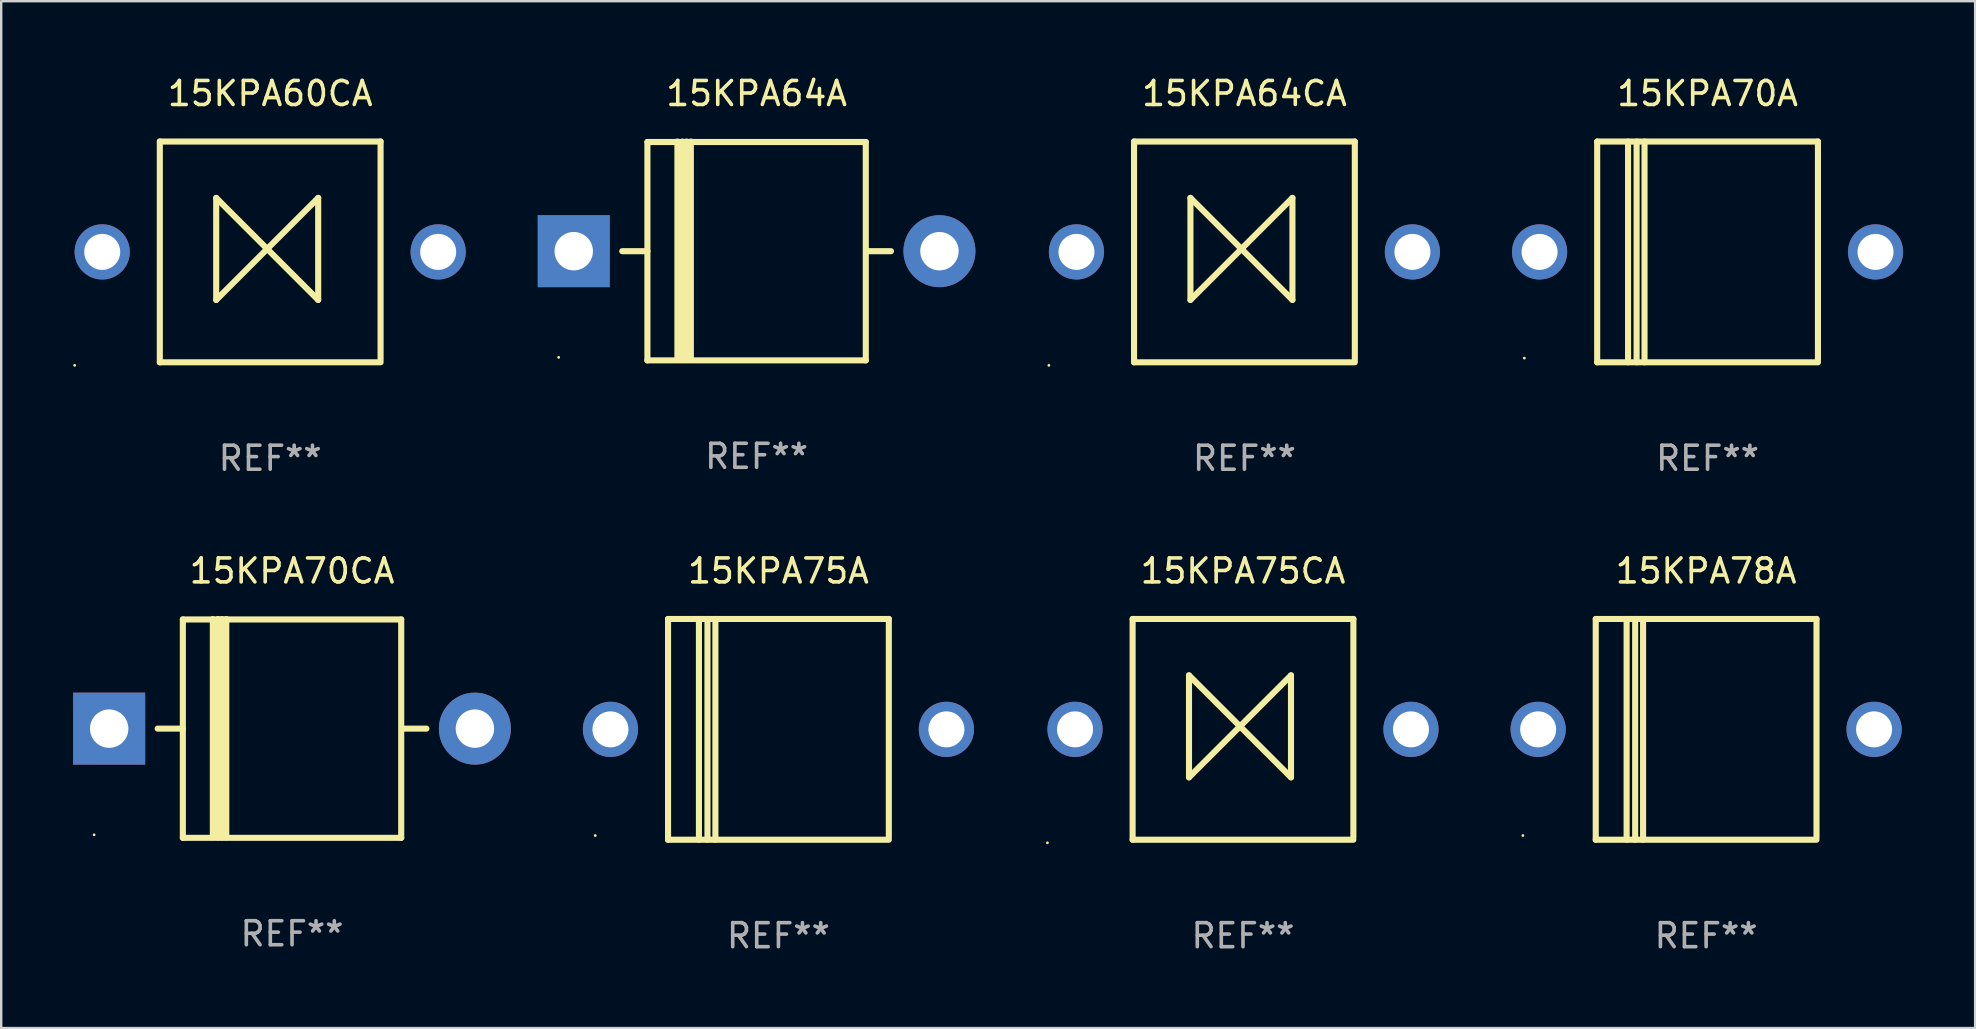
<source format=kicad_pcb>
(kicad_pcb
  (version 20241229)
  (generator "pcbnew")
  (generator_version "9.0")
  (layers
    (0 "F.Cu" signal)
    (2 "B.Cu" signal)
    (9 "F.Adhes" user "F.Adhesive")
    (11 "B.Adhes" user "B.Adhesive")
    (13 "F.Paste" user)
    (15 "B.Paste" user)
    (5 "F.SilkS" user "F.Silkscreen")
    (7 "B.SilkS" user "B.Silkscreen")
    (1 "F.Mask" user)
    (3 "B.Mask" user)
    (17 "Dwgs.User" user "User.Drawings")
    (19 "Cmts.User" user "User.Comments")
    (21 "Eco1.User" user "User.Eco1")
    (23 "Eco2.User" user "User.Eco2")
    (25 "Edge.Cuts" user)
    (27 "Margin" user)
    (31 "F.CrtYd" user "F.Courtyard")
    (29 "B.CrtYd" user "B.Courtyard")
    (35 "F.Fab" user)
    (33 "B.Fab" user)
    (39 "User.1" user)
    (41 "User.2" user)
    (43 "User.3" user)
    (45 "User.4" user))
  (footprint "15KPA60CA"
    (layer "F.Cu")
    (at 8.21 7.448)
    (property "Reference" "15KPA60CA" (at 0 -6.6 0) (layer "F.SilkS") (effects (font (size 1 1) (thickness 0.15))))
    (attr through_hole)
    (fp_line (start -4.6 -4.6) (end -4.6 4.6) (stroke (width 0.254) (type solid)) (layer "F.SilkS"))
    (fp_line (start -4.6 -4.6) (end 4.6 -4.6) (stroke (width 0.254) (type solid)) (layer "F.SilkS"))
    (fp_line (start -4.6 4.6) (end 4.6 4.6) (stroke (width 0.254) (type solid)) (layer "F.SilkS"))
    (fp_line (start -2.25 -2.25) (end -2.25 2) (stroke (width 0.254) (type solid)) (layer "F.SilkS"))
    (fp_line (start -2.25 2) (end 2 -2.25) (stroke (width 0.254) (type solid)) (layer "F.SilkS"))
    (fp_line (start 2 -2.25) (end 2 2) (stroke (width 0.254) (type solid)) (layer "F.SilkS"))
    (fp_line (start 2 2) (end -2.25 -2.25) (stroke (width 0.254) (type solid)) (layer "F.SilkS"))
    (fp_line (start 4.6 -4.6) (end 4.6 4.5) (stroke (width 0.254) (type solid)) (layer "F.SilkS"))
    (fp_circle (center -8.15 4.727) (end -8.12 4.727) (stroke (width 0.06) (type solid)) (fill no) (layer "F.SilkS"))
    (fp_text user "REF**" (at 0 8.6 0) (layer "F.Fab") (effects (font (size 1 1) (thickness 0.15))))
    (pad "1" thru_hole circle (at -7 0) (size 2.3 2.3) (drill 1.5) (layers "*.Cu" "*.Mask"))
    (pad "2" thru_hole circle (at 7 0) (size 2.3 2.3) (drill 1.5) (layers "*.Cu" "*.Mask")))
  (footprint "15KPA78A"
    (layer "F.Cu")
    (at 68.05 27.345)
    (property "Reference" "15KPA78A" (at 0 -6.6 0) (layer "F.SilkS") (effects (font (size 1 1) (thickness 0.15))))
    (attr through_hole)
    (fp_line (start -4.6 -4.6) (end -4.6 4.6) (stroke (width 0.254) (type solid)) (layer "F.SilkS"))
    (fp_line (start -4.6 -4.6) (end 4.6 -4.6) (stroke (width 0.254) (type solid)) (layer "F.SilkS"))
    (fp_line (start -4.6 4.6) (end 4.6 4.6) (stroke (width 0.254) (type solid)) (layer "F.SilkS"))
    (fp_line (start -3.313 -4.6) (end -3.313 4.6) (stroke (width 0.254) (type solid)) (layer "F.SilkS"))
    (fp_line (start -2.957 -4.6) (end -2.957 4.6) (stroke (width 0.254) (type solid)) (layer "F.SilkS"))
    (fp_line (start -2.627 -4.6) (end -2.627 4.6) (stroke (width 0.254) (type solid)) (layer "F.SilkS"))
    (fp_line (start 4.6 -4.6) (end 4.6 4.5) (stroke (width 0.254) (type solid)) (layer "F.SilkS"))
    (fp_circle (center -7.635 4.425) (end -7.605 4.425) (stroke (width 0.06) (type solid)) (fill no) (layer "F.SilkS"))
    (fp_text user "REF**" (at 0 8.6 0) (layer "F.Fab") (effects (font (size 1 1) (thickness 0.15))))
    (pad "1" thru_hole circle (at -7 0) (size 2.3 2.3) (drill 1.5) (layers "*.Cu" "*.Mask"))
    (pad "2" thru_hole circle (at 7 0) (size 2.3 2.3) (drill 1.5) (layers "*.Cu" "*.Mask")))
  (footprint "15KPA64A"
    (layer "F.Cu")
    (at 28.48 7.408)
    (property "Reference" "15KPA64A" (at 0 -6.56 0) (layer "F.SilkS") (effects (font (size 1 1) (thickness 0.15))))
    (attr through_hole)
    (fp_line (start -5.6 0.01) (end -4.55 0.01) (stroke (width 0.254) (type solid)) (layer "F.SilkS"))
    (fp_line (start -4.55 -4.54) (end -4.55 4.56) (stroke (width 0.254) (type solid)) (layer "F.SilkS"))
    (fp_line (start -4.55 -4.54) (end 4.55 -4.54) (stroke (width 0.254) (type solid)) (layer "F.SilkS"))
    (fp_line (start -3.3 4.54) (end -3.3 -4.56) (stroke (width 0.254) (type solid)) (layer "F.SilkS"))
    (fp_line (start -3.09 4.54) (end -3.09 -4.56) (stroke (width 0.254) (type solid)) (layer "F.SilkS"))
    (fp_line (start -2.919 4.541) (end -2.919 -4.559) (stroke (width 0.254) (type solid)) (layer "F.SilkS"))
    (fp_line (start -2.74 4.54) (end -2.74 -4.56) (stroke (width 0.254) (type solid)) (layer "F.SilkS"))
    (fp_line (start 4.55 4.56) (end 4.55 -4.54) (stroke (width 0.254) (type solid)) (layer "F.SilkS"))
    (fp_line (start 4.55 4.56) (end -4.55 4.56) (stroke (width 0.254) (type solid)) (layer "F.SilkS"))
    (fp_line (start 4.58 0.01) (end 5.6 0.01) (stroke (width 0.254) (type solid)) (layer "F.SilkS"))
    (fp_circle (center -8.248 4.435) (end -8.218 4.435) (stroke (width 0.06) (type solid)) (fill no) (layer "F.SilkS"))
    (fp_text user "REF**" (at 0 8.56 0) (layer "F.Fab") (effects (font (size 1 1) (thickness 0.15))))
    (pad "1" thru_hole rect (at -7.62 0.01 180) (size 3 3) (drill 1.6) (layers "*.Cu" "*.Mask"))
    (pad "2" thru_hole circle (at 7.62 0.01) (size 3 3) (drill 1.6) (layers "*.Cu" "*.Mask")))
  (footprint "15KPA70CA"
    (layer "F.Cu")
    (at 9.12 27.305)
    (property "Reference" "15KPA70CA" (at 0 -6.56 0) (layer "F.SilkS") (effects (font (size 1 1) (thickness 0.15))))
    (attr through_hole)
    (fp_line (start -5.6 0.01) (end -4.55 0.01) (stroke (width 0.254) (type solid)) (layer "F.SilkS"))
    (fp_line (start -4.55 -4.54) (end -4.55 4.56) (stroke (width 0.254) (type solid)) (layer "F.SilkS"))
    (fp_line (start -4.55 -4.54) (end 4.55 -4.54) (stroke (width 0.254) (type solid)) (layer "F.SilkS"))
    (fp_line (start -3.3 4.54) (end -3.3 -4.56) (stroke (width 0.254) (type solid)) (layer "F.SilkS"))
    (fp_line (start -3.09 4.54) (end -3.09 -4.56) (stroke (width 0.254) (type solid)) (layer "F.SilkS"))
    (fp_line (start -2.919 4.541) (end -2.919 -4.559) (stroke (width 0.254) (type solid)) (layer "F.SilkS"))
    (fp_line (start -2.74 4.54) (end -2.74 -4.56) (stroke (width 0.254) (type solid)) (layer "F.SilkS"))
    (fp_line (start 4.55 4.56) (end 4.55 -4.54) (stroke (width 0.254) (type solid)) (layer "F.SilkS"))
    (fp_line (start 4.55 4.56) (end -4.55 4.56) (stroke (width 0.254) (type solid)) (layer "F.SilkS"))
    (fp_line (start 4.58 0.01) (end 5.6 0.01) (stroke (width 0.254) (type solid)) (layer "F.SilkS"))
    (fp_circle (center -8.248 4.435) (end -8.218 4.435) (stroke (width 0.06) (type solid)) (fill no) (layer "F.SilkS"))
    (fp_text user "REF**" (at 0 8.56 0) (layer "F.Fab") (effects (font (size 1 1) (thickness 0.15))))
    (pad "1" thru_hole rect (at -7.62 0.01 180) (size 3 3) (drill 1.6) (layers "*.Cu" "*.Mask"))
    (pad "2" thru_hole circle (at 7.62 0.01) (size 3 3) (drill 1.6) (layers "*.Cu" "*.Mask")))
  (footprint "15KPA70A"
    (layer "F.Cu")
    (at 68.11 7.448)
    (property "Reference" "15KPA70A" (at 0 -6.6 0) (layer "F.SilkS") (effects (font (size 1 1) (thickness 0.15))))
    (attr through_hole)
    (fp_line (start -4.6 -4.6) (end -4.6 4.6) (stroke (width 0.254) (type solid)) (layer "F.SilkS"))
    (fp_line (start -4.6 -4.6) (end 4.6 -4.6) (stroke (width 0.254) (type solid)) (layer "F.SilkS"))
    (fp_line (start -4.6 4.6) (end 4.6 4.6) (stroke (width 0.254) (type solid)) (layer "F.SilkS"))
    (fp_line (start -3.313 -4.6) (end -3.313 4.6) (stroke (width 0.254) (type solid)) (layer "F.SilkS"))
    (fp_line (start -2.957 -4.6) (end -2.957 4.6) (stroke (width 0.254) (type solid)) (layer "F.SilkS"))
    (fp_line (start -2.627 -4.6) (end -2.627 4.6) (stroke (width 0.254) (type solid)) (layer "F.SilkS"))
    (fp_line (start 4.6 -4.6) (end 4.6 4.5) (stroke (width 0.254) (type solid)) (layer "F.SilkS"))
    (fp_circle (center -7.635 4.425) (end -7.605 4.425) (stroke (width 0.06) (type solid)) (fill no) (layer "F.SilkS"))
    (fp_text user "REF**" (at 0 8.6 0) (layer "F.Fab") (effects (font (size 1 1) (thickness 0.15))))
    (pad "1" thru_hole circle (at -7 0) (size 2.3 2.3) (drill 1.5) (layers "*.Cu" "*.Mask"))
    (pad "2" thru_hole circle (at 7 0) (size 2.3 2.3) (drill 1.5) (layers "*.Cu" "*.Mask")))
  (footprint "15KPA75CA"
    (layer "F.Cu")
    (at 48.75 27.345)
    (property "Reference" "15KPA75CA" (at 0 -6.6 0) (layer "F.SilkS") (effects (font (size 1 1) (thickness 0.15))))
    (attr through_hole)
    (fp_line (start -4.6 -4.6) (end -4.6 4.6) (stroke (width 0.254) (type solid)) (layer "F.SilkS"))
    (fp_line (start -4.6 -4.6) (end 4.6 -4.6) (stroke (width 0.254) (type solid)) (layer "F.SilkS"))
    (fp_line (start -4.6 4.6) (end 4.6 4.6) (stroke (width 0.254) (type solid)) (layer "F.SilkS"))
    (fp_line (start -2.25 -2.25) (end -2.25 2) (stroke (width 0.254) (type solid)) (layer "F.SilkS"))
    (fp_line (start -2.25 2) (end 2 -2.25) (stroke (width 0.254) (type solid)) (layer "F.SilkS"))
    (fp_line (start 2 -2.25) (end 2 2) (stroke (width 0.254) (type solid)) (layer "F.SilkS"))
    (fp_line (start 2 2) (end -2.25 -2.25) (stroke (width 0.254) (type solid)) (layer "F.SilkS"))
    (fp_line (start 4.6 -4.6) (end 4.6 4.5) (stroke (width 0.254) (type solid)) (layer "F.SilkS"))
    (fp_circle (center -8.15 4.727) (end -8.12 4.727) (stroke (width 0.06) (type solid)) (fill no) (layer "F.SilkS"))
    (fp_text user "REF**" (at 0 8.6 0) (layer "F.Fab") (effects (font (size 1 1) (thickness 0.15))))
    (pad "1" thru_hole circle (at -7 0) (size 2.3 2.3) (drill 1.5) (layers "*.Cu" "*.Mask"))
    (pad "2" thru_hole circle (at 7 0) (size 2.3 2.3) (drill 1.5) (layers "*.Cu" "*.Mask")))
  (footprint "15KPA64CA"
    (layer "F.Cu")
    (at 48.81 7.448)
    (property "Reference" "15KPA64CA" (at 0 -6.6 0) (layer "F.SilkS") (effects (font (size 1 1) (thickness 0.15))))
    (attr through_hole)
    (fp_line (start -4.6 -4.6) (end -4.6 4.6) (stroke (width 0.254) (type solid)) (layer "F.SilkS"))
    (fp_line (start -4.6 -4.6) (end 4.6 -4.6) (stroke (width 0.254) (type solid)) (layer "F.SilkS"))
    (fp_line (start -4.6 4.6) (end 4.6 4.6) (stroke (width 0.254) (type solid)) (layer "F.SilkS"))
    (fp_line (start -2.25 -2.25) (end -2.25 2) (stroke (width 0.254) (type solid)) (layer "F.SilkS"))
    (fp_line (start -2.25 2) (end 2 -2.25) (stroke (width 0.254) (type solid)) (layer "F.SilkS"))
    (fp_line (start 2 -2.25) (end 2 2) (stroke (width 0.254) (type solid)) (layer "F.SilkS"))
    (fp_line (start 2 2) (end -2.25 -2.25) (stroke (width 0.254) (type solid)) (layer "F.SilkS"))
    (fp_line (start 4.6 -4.6) (end 4.6 4.5) (stroke (width 0.254) (type solid)) (layer "F.SilkS"))
    (fp_circle (center -8.15 4.727) (end -8.12 4.727) (stroke (width 0.06) (type solid)) (fill no) (layer "F.SilkS"))
    (fp_text user "REF**" (at 0 8.6 0) (layer "F.Fab") (effects (font (size 1 1) (thickness 0.15))))
    (pad "1" thru_hole circle (at -7 0) (size 2.3 2.3) (drill 1.5) (layers "*.Cu" "*.Mask"))
    (pad "2" thru_hole circle (at 7 0) (size 2.3 2.3) (drill 1.5) (layers "*.Cu" "*.Mask")))
  (footprint "15KPA75A"
    (layer "F.Cu")
    (at 29.39 27.345)
    (property "Reference" "15KPA75A" (at 0 -6.6 0) (layer "F.SilkS") (effects (font (size 1 1) (thickness 0.15))))
    (attr through_hole)
    (fp_line (start -4.6 -4.6) (end -4.6 4.6) (stroke (width 0.254) (type solid)) (layer "F.SilkS"))
    (fp_line (start -4.6 -4.6) (end 4.6 -4.6) (stroke (width 0.254) (type solid)) (layer "F.SilkS"))
    (fp_line (start -4.6 4.6) (end 4.6 4.6) (stroke (width 0.254) (type solid)) (layer "F.SilkS"))
    (fp_line (start -3.313 -4.6) (end -3.313 4.6) (stroke (width 0.254) (type solid)) (layer "F.SilkS"))
    (fp_line (start -2.957 -4.6) (end -2.957 4.6) (stroke (width 0.254) (type solid)) (layer "F.SilkS"))
    (fp_line (start -2.627 -4.6) (end -2.627 4.6) (stroke (width 0.254) (type solid)) (layer "F.SilkS"))
    (fp_line (start 4.6 -4.6) (end 4.6 4.5) (stroke (width 0.254) (type solid)) (layer "F.SilkS"))
    (fp_circle (center -7.635 4.425) (end -7.605 4.425) (stroke (width 0.06) (type solid)) (fill no) (layer "F.SilkS"))
    (fp_text user "REF**" (at 0 8.6 0) (layer "F.Fab") (effects (font (size 1 1) (thickness 0.15))))
    (pad "1" thru_hole circle (at -7 0) (size 2.3 2.3) (drill 1.5) (layers "*.Cu" "*.Mask"))
    (pad "2" thru_hole circle (at 7 0) (size 2.3 2.3) (drill 1.5) (layers "*.Cu" "*.Mask")))
  (gr_rect
    (start -3 -3)
    (end 79.26 39.793)
    (stroke (width 0.1) (type default))
    (fill no)
    (layer "Edge.Cuts")))
</source>
